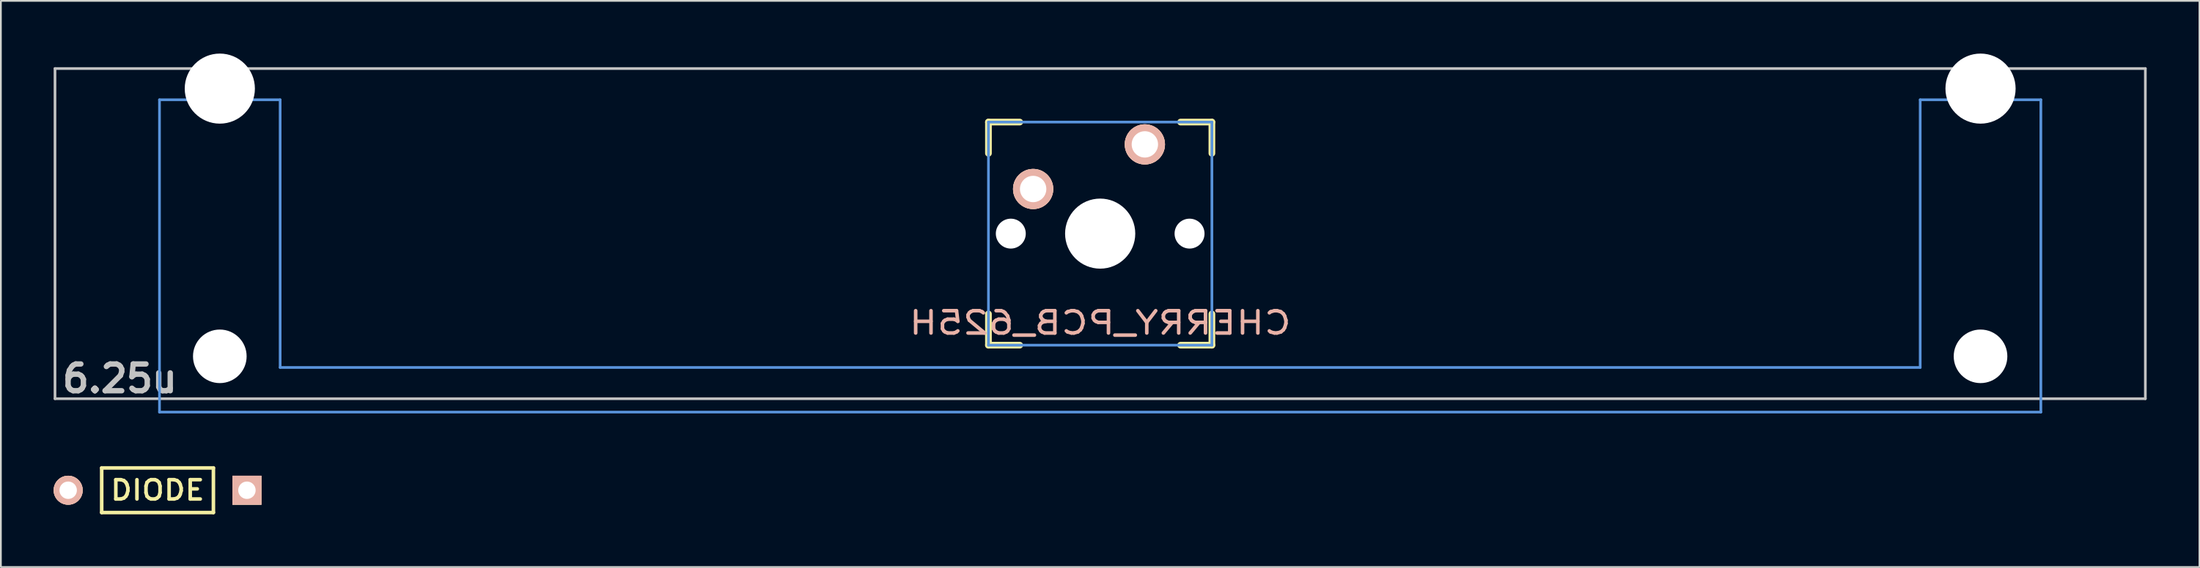
<source format=kicad_pcb>
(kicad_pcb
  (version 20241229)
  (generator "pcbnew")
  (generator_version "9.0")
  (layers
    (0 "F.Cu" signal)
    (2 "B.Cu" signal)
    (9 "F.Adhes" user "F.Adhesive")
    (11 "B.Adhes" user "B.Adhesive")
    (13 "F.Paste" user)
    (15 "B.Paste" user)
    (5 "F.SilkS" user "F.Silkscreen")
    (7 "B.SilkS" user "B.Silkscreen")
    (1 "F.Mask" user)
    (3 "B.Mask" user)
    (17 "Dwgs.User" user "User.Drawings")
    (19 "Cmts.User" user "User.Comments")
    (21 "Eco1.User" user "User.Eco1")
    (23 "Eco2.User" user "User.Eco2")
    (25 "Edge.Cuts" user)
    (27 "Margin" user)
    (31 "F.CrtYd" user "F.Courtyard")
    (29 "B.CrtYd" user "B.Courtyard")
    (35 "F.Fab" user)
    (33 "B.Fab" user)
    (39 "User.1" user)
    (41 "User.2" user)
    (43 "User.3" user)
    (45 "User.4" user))
  (footprint "DIODE"
    (layer "F.Cu")
    (at 5.905 24.857)
    (property "Reference" "DIODE" (at 0 0 0) (layer "F.SilkS") (effects (font (size 1.1 1.2) (thickness 0.203))))
    (attr through_hole)
    (fp_line (start -3.175 -1.27) (end 3.175 -1.27) (stroke (width 0.203) (type solid)) (layer "F.SilkS"))
    (fp_line (start -3.175 1.27) (end -3.175 -1.27) (stroke (width 0.203) (type solid)) (layer "F.SilkS"))
    (fp_line (start 3.175 -1.27) (end 3.175 1.27) (stroke (width 0.203) (type solid)) (layer "F.SilkS"))
    (fp_line (start 3.175 1.27) (end -3.175 1.27) (stroke (width 0.203) (type solid)) (layer "F.SilkS"))
    (pad "1" thru_hole circle (at -5.08 0) (size 1.651 1.651) (drill 0.991) (layers "*.Cu" "*.SilkS" "*.Mask"))
    (pad "2" thru_hole rect (at 5.08 0) (size 1.651 1.651) (drill 0.991) (layers "*.Cu" "*.SilkS" "*.Mask")))
  (footprint "CHERRY_PCB_625H"
    (layer "F.Cu")
    (at 59.482 10.249)
    (property "Reference" "CHERRY_PCB_625H" (at 0 5.08 0) (layer "B.SilkS") (effects (font (size 1.27 1.524) (thickness 0.203)) (justify mirror)))
    (attr through_hole)
    (fp_line (start -6.35 -6.35) (end -4.572 -6.35) (stroke (width 0.381) (type solid)) (layer "F.SilkS"))
    (fp_line (start -6.35 -4.572) (end -6.35 -6.35) (stroke (width 0.381) (type solid)) (layer "F.SilkS"))
    (fp_line (start -6.35 6.35) (end -6.35 4.572) (stroke (width 0.381) (type solid)) (layer "F.SilkS"))
    (fp_line (start -4.572 6.35) (end -6.35 6.35) (stroke (width 0.381) (type solid)) (layer "F.SilkS"))
    (fp_line (start 4.572 -6.35) (end 6.35 -6.35) (stroke (width 0.381) (type solid)) (layer "F.SilkS"))
    (fp_line (start 6.35 -6.35) (end 6.35 -4.572) (stroke (width 0.381) (type solid)) (layer "F.SilkS"))
    (fp_line (start 6.35 4.572) (end 6.35 6.35) (stroke (width 0.381) (type solid)) (layer "F.SilkS"))
    (fp_line (start 6.35 6.35) (end 4.572 6.35) (stroke (width 0.381) (type solid)) (layer "F.SilkS"))
    (fp_line (start -59.406 -9.398) (end 59.406 -9.398) (stroke (width 0.152) (type solid)) (layer "Dwgs.User"))
    (fp_line (start -59.406 9.398) (end -59.406 -9.398) (stroke (width 0.152) (type solid)) (layer "Dwgs.User"))
    (fp_line (start 59.406 -9.398) (end 59.406 9.398) (stroke (width 0.152) (type solid)) (layer "Dwgs.User"))
    (fp_line (start 59.406 9.398) (end -59.406 9.398) (stroke (width 0.152) (type solid)) (layer "Dwgs.User"))
    (fp_line (start -53.467 -7.62) (end -53.467 10.16) (stroke (width 0.152) (type solid)) (layer "Cmts.User"))
    (fp_line (start -53.467 10.16) (end 53.467 10.16) (stroke (width 0.152) (type solid)) (layer "Cmts.User"))
    (fp_line (start -46.609 -7.62) (end -53.467 -7.62) (stroke (width 0.152) (type solid)) (layer "Cmts.User"))
    (fp_line (start -46.609 7.62) (end -46.609 -7.62) (stroke (width 0.152) (type solid)) (layer "Cmts.User"))
    (fp_line (start -6.35 -6.35) (end 6.35 -6.35) (stroke (width 0.152) (type solid)) (layer "Cmts.User"))
    (fp_line (start -6.35 6.35) (end -6.35 -6.35) (stroke (width 0.152) (type solid)) (layer "Cmts.User"))
    (fp_line (start 6.35 -6.35) (end 6.35 6.35) (stroke (width 0.152) (type solid)) (layer "Cmts.User"))
    (fp_line (start 6.35 6.35) (end -6.35 6.35) (stroke (width 0.152) (type solid)) (layer "Cmts.User"))
    (fp_line (start 46.609 -7.62) (end 46.609 7.62) (stroke (width 0.152) (type solid)) (layer "Cmts.User"))
    (fp_line (start 46.609 7.62) (end -46.609 7.62) (stroke (width 0.152) (type solid)) (layer "Cmts.User"))
    (fp_line (start 53.467 -7.62) (end 46.609 -7.62) (stroke (width 0.152) (type solid)) (layer "Cmts.User"))
    (fp_line (start 53.467 10.16) (end 53.467 -7.62) (stroke (width 0.152) (type solid)) (layer "Cmts.User"))
    (fp_line (start -54.229 -2.286) (end -53.365 -2.286) (stroke (width 0.152) (type solid)) (layer "Eco2.User"))
    (fp_line (start -54.229 0.508) (end -54.229 -2.286) (stroke (width 0.152) (type solid)) (layer "Eco2.User"))
    (fp_line (start -53.365 -5.69) (end -46.711 -5.69) (stroke (width 0.152) (type solid)) (layer "Eco2.User"))
    (fp_line (start -53.365 -2.286) (end -53.365 -5.69) (stroke (width 0.152) (type solid)) (layer "Eco2.User"))
    (fp_line (start -53.365 0.508) (end -54.229 0.508) (stroke (width 0.152) (type solid)) (layer "Eco2.User"))
    (fp_line (start -53.365 6.604) (end -53.365 0.508) (stroke (width 0.152) (type solid)) (layer "Eco2.User"))
    (fp_line (start -52.324 6.604) (end -53.365 6.604) (stroke (width 0.152) (type solid)) (layer "Eco2.User"))
    (fp_line (start -52.324 7.772) (end -52.324 6.604) (stroke (width 0.152) (type solid)) (layer "Eco2.User"))
    (fp_line (start -47.752 6.604) (end -47.752 7.772) (stroke (width 0.152) (type solid)) (layer "Eco2.User"))
    (fp_line (start -47.752 7.772) (end -52.324 7.772) (stroke (width 0.152) (type solid)) (layer "Eco2.User"))
    (fp_line (start -46.711 -5.69) (end -46.711 -2.286) (stroke (width 0.152) (type solid)) (layer "Eco2.User"))
    (fp_line (start -46.711 -2.286) (end -6.985 -2.286) (stroke (width 0.152) (type solid)) (layer "Eco2.User"))
    (fp_line (start -46.711 2.286) (end -46.711 6.604) (stroke (width 0.152) (type solid)) (layer "Eco2.User"))
    (fp_line (start -46.711 6.604) (end -47.752 6.604) (stroke (width 0.152) (type solid)) (layer "Eco2.User"))
    (fp_line (start -6.985 -6.985) (end 6.985 -6.985) (stroke (width 0.152) (type solid)) (layer "Eco2.User"))
    (fp_line (start -6.985 -2.286) (end -6.985 -6.985) (stroke (width 0.152) (type solid)) (layer "Eco2.User"))
    (fp_line (start -6.985 2.286) (end -46.711 2.286) (stroke (width 0.152) (type solid)) (layer "Eco2.User"))
    (fp_line (start -6.985 6.985) (end -6.985 2.286) (stroke (width 0.152) (type solid)) (layer "Eco2.User"))
    (fp_line (start 6.985 -6.985) (end 6.985 -2.286) (stroke (width 0.152) (type solid)) (layer "Eco2.User"))
    (fp_line (start 6.985 -2.286) (end 46.711 -2.286) (stroke (width 0.152) (type solid)) (layer "Eco2.User"))
    (fp_line (start 6.985 2.286) (end 6.985 6.985) (stroke (width 0.152) (type solid)) (layer "Eco2.User"))
    (fp_line (start 6.985 6.985) (end -6.985 6.985) (stroke (width 0.152) (type solid)) (layer "Eco2.User"))
    (fp_line (start 46.711 -5.69) (end 53.365 -5.69) (stroke (width 0.152) (type solid)) (layer "Eco2.User"))
    (fp_line (start 46.711 -2.286) (end 46.711 -5.69) (stroke (width 0.152) (type solid)) (layer "Eco2.User"))
    (fp_line (start 46.711 2.286) (end 6.985 2.286) (stroke (width 0.152) (type solid)) (layer "Eco2.User"))
    (fp_line (start 46.711 6.604) (end 46.711 2.286) (stroke (width 0.152) (type solid)) (layer "Eco2.User"))
    (fp_line (start 47.752 6.604) (end 46.711 6.604) (stroke (width 0.152) (type solid)) (layer "Eco2.User"))
    (fp_line (start 47.752 7.772) (end 47.752 6.604) (stroke (width 0.152) (type solid)) (layer "Eco2.User"))
    (fp_line (start 52.324 6.604) (end 52.324 7.772) (stroke (width 0.152) (type solid)) (layer "Eco2.User"))
    (fp_line (start 52.324 7.772) (end 47.752 7.772) (stroke (width 0.152) (type solid)) (layer "Eco2.User"))
    (fp_line (start 53.365 -5.69) (end 53.365 -2.286) (stroke (width 0.152) (type solid)) (layer "Eco2.User"))
    (fp_line (start 53.365 -2.286) (end 54.229 -2.286) (stroke (width 0.152) (type solid)) (layer "Eco2.User"))
    (fp_line (start 53.365 0.508) (end 53.365 6.604) (stroke (width 0.152) (type solid)) (layer "Eco2.User"))
    (fp_line (start 53.365 6.604) (end 52.324 6.604) (stroke (width 0.152) (type solid)) (layer "Eco2.User"))
    (fp_line (start 54.229 -2.286) (end 54.229 0.508) (stroke (width 0.152) (type solid)) (layer "Eco2.User"))
    (fp_line (start 54.229 0.508) (end 53.365 0.508) (stroke (width 0.152) (type solid)) (layer "Eco2.User"))
    (fp_text user "6.25u" (at -55.723 8.255 0) (layer "Dwgs.User") (effects (font (size 1.524 1.524) (thickness 0.305))))
    (pad "" np_thru_hole circle (at -50.038 -8.255) (size 3.988 3.988) (drill 3.988) (layers "*.Cu"))
    (pad "" np_thru_hole circle (at -50.038 6.985) (size 3.048 3.048) (drill 3.048) (layers "*.Cu"))
    (pad "" np_thru_hole circle (at -5.08 0) (size 1.702 1.702) (drill 1.702) (layers "*.Cu"))
    (pad "" np_thru_hole circle (at 0 0) (size 3.988 3.988) (drill 3.988) (layers "*.Cu"))
    (pad "" np_thru_hole circle (at 5.08 0) (size 1.702 1.702) (drill 1.702) (layers "*.Cu"))
    (pad "" np_thru_hole circle (at 50.038 -8.255) (size 3.988 3.988) (drill 3.988) (layers "*.Cu"))
    (pad "" np_thru_hole circle (at 50.038 6.985) (size 3.048 3.048) (drill 3.048) (layers "*.Cu"))
    (pad "1" thru_hole circle (at 2.54 -5.08) (size 2.286 2.286) (drill 1.499) (layers "*.Cu" "*.SilkS" "*.Mask"))
    (pad "2" thru_hole circle (at -3.81 -2.54) (size 2.286 2.286) (drill 1.499) (layers "*.Cu" "*.SilkS" "*.Mask")))
  (gr_rect
    (start -3 -3)
    (end 121.963 29.228)
    (stroke (width 0.1) (type default))
    (fill no)
    (layer "Edge.Cuts")))
</source>
